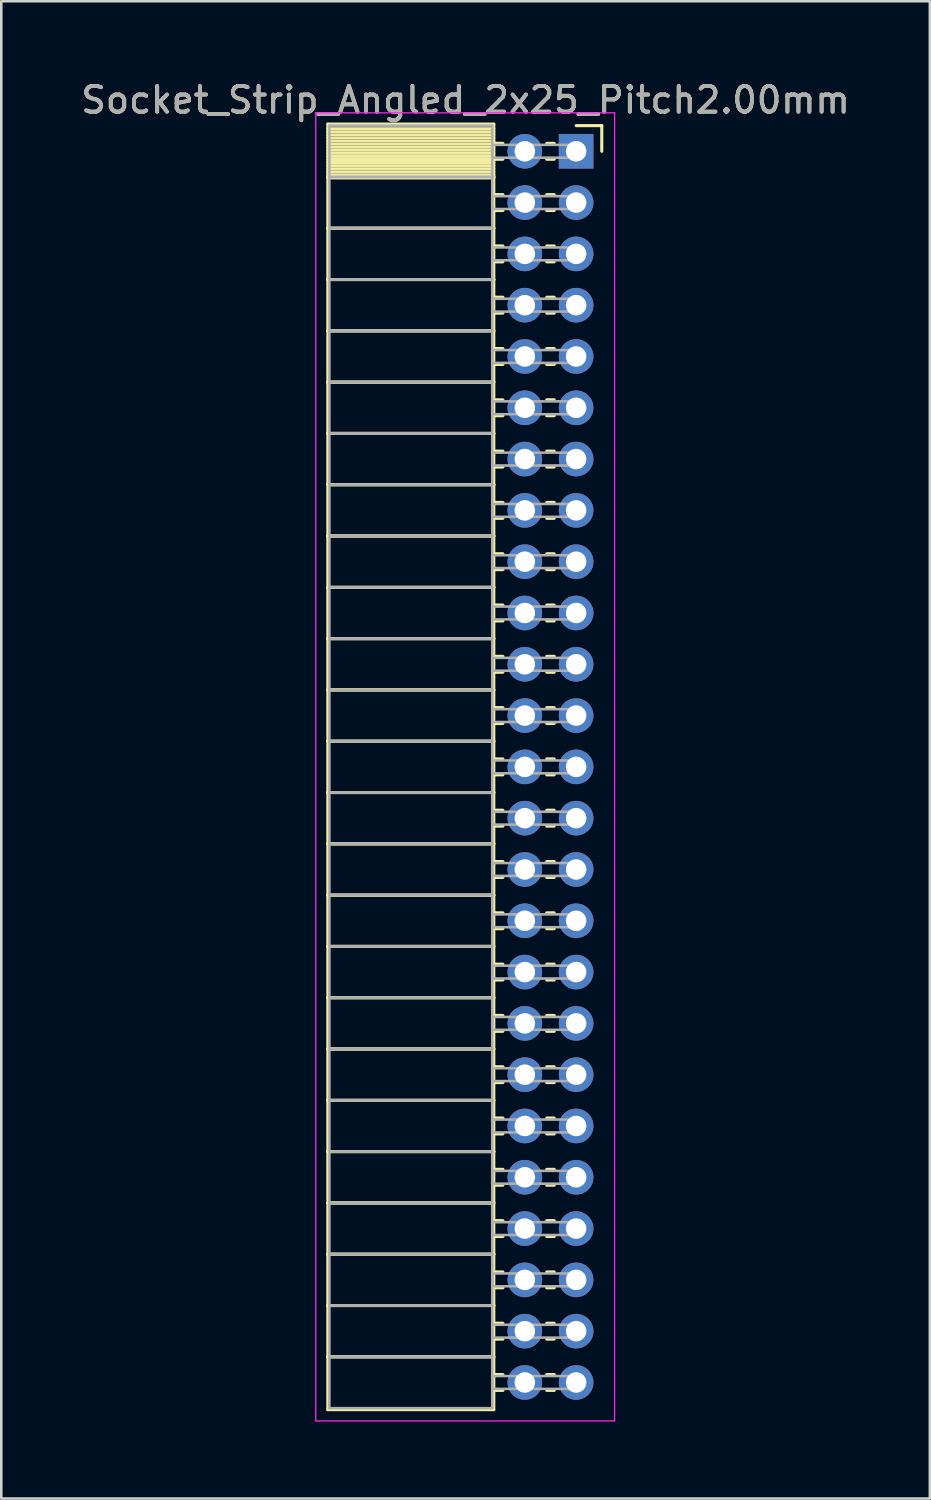
<source format=kicad_pcb>
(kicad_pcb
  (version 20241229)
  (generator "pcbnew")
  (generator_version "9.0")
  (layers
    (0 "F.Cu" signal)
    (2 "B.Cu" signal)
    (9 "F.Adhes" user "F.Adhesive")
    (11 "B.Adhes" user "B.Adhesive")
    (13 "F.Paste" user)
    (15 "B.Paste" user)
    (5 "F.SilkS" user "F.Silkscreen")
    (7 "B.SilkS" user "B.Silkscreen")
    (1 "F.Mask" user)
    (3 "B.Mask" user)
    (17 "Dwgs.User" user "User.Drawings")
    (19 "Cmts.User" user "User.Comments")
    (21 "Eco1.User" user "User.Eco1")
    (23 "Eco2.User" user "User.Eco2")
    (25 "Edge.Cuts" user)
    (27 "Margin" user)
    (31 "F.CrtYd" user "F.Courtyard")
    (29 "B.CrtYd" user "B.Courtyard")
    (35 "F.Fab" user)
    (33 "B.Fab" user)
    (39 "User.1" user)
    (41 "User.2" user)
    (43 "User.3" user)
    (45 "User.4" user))
  (footprint "Socket_Strip_Angled_2x25_Pitch2.00mm"
    (layer "F.Cu")
    (at 19.411 2.848)
    (property "Reference" "Socket_Strip_Angled_2x25_Pitch2.00mm" (at -4.31 -2 0) (layer "F.SilkS") (effects (font (size 1 1) (thickness 0.15))))
    (attr through_hole)
    (fp_line (start -9.68 -1.06) (end -3.21 -1.06) (stroke (width 0.12) (type solid)) (layer "F.SilkS"))
    (fp_line (start -9.68 1) (end -9.68 -1.06) (stroke (width 0.12) (type solid)) (layer "F.SilkS"))
    (fp_line (start -9.68 1) (end -3.21 1) (stroke (width 0.12) (type solid)) (layer "F.SilkS"))
    (fp_line (start -9.68 3) (end -9.68 1) (stroke (width 0.12) (type solid)) (layer "F.SilkS"))
    (fp_line (start -9.68 3) (end -3.21 3) (stroke (width 0.12) (type solid)) (layer "F.SilkS"))
    (fp_line (start -9.68 5) (end -9.68 3) (stroke (width 0.12) (type solid)) (layer "F.SilkS"))
    (fp_line (start -9.68 5) (end -3.21 5) (stroke (width 0.12) (type solid)) (layer "F.SilkS"))
    (fp_line (start -9.68 7) (end -9.68 5) (stroke (width 0.12) (type solid)) (layer "F.SilkS"))
    (fp_line (start -9.68 7) (end -3.21 7) (stroke (width 0.12) (type solid)) (layer "F.SilkS"))
    (fp_line (start -9.68 9) (end -9.68 7) (stroke (width 0.12) (type solid)) (layer "F.SilkS"))
    (fp_line (start -9.68 9) (end -3.21 9) (stroke (width 0.12) (type solid)) (layer "F.SilkS"))
    (fp_line (start -9.68 11) (end -9.68 9) (stroke (width 0.12) (type solid)) (layer "F.SilkS"))
    (fp_line (start -9.68 11) (end -3.21 11) (stroke (width 0.12) (type solid)) (layer "F.SilkS"))
    (fp_line (start -9.68 13) (end -9.68 11) (stroke (width 0.12) (type solid)) (layer "F.SilkS"))
    (fp_line (start -9.68 13) (end -3.21 13) (stroke (width 0.12) (type solid)) (layer "F.SilkS"))
    (fp_line (start -9.68 15) (end -9.68 13) (stroke (width 0.12) (type solid)) (layer "F.SilkS"))
    (fp_line (start -9.68 15) (end -3.21 15) (stroke (width 0.12) (type solid)) (layer "F.SilkS"))
    (fp_line (start -9.68 17) (end -9.68 15) (stroke (width 0.12) (type solid)) (layer "F.SilkS"))
    (fp_line (start -9.68 17) (end -3.21 17) (stroke (width 0.12) (type solid)) (layer "F.SilkS"))
    (fp_line (start -9.68 19) (end -9.68 17) (stroke (width 0.12) (type solid)) (layer "F.SilkS"))
    (fp_line (start -9.68 19) (end -3.21 19) (stroke (width 0.12) (type solid)) (layer "F.SilkS"))
    (fp_line (start -9.68 21) (end -9.68 19) (stroke (width 0.12) (type solid)) (layer "F.SilkS"))
    (fp_line (start -9.68 21) (end -3.21 21) (stroke (width 0.12) (type solid)) (layer "F.SilkS"))
    (fp_line (start -9.68 23) (end -9.68 21) (stroke (width 0.12) (type solid)) (layer "F.SilkS"))
    (fp_line (start -9.68 23) (end -3.21 23) (stroke (width 0.12) (type solid)) (layer "F.SilkS"))
    (fp_line (start -9.68 25) (end -9.68 23) (stroke (width 0.12) (type solid)) (layer "F.SilkS"))
    (fp_line (start -9.68 25) (end -3.21 25) (stroke (width 0.12) (type solid)) (layer "F.SilkS"))
    (fp_line (start -9.68 27) (end -9.68 25) (stroke (width 0.12) (type solid)) (layer "F.SilkS"))
    (fp_line (start -9.68 27) (end -3.21 27) (stroke (width 0.12) (type solid)) (layer "F.SilkS"))
    (fp_line (start -9.68 29) (end -9.68 27) (stroke (width 0.12) (type solid)) (layer "F.SilkS"))
    (fp_line (start -9.68 29) (end -3.21 29) (stroke (width 0.12) (type solid)) (layer "F.SilkS"))
    (fp_line (start -9.68 31) (end -9.68 29) (stroke (width 0.12) (type solid)) (layer "F.SilkS"))
    (fp_line (start -9.68 31) (end -3.21 31) (stroke (width 0.12) (type solid)) (layer "F.SilkS"))
    (fp_line (start -9.68 33) (end -9.68 31) (stroke (width 0.12) (type solid)) (layer "F.SilkS"))
    (fp_line (start -9.68 33) (end -3.21 33) (stroke (width 0.12) (type solid)) (layer "F.SilkS"))
    (fp_line (start -9.68 35) (end -9.68 33) (stroke (width 0.12) (type solid)) (layer "F.SilkS"))
    (fp_line (start -9.68 35) (end -3.21 35) (stroke (width 0.12) (type solid)) (layer "F.SilkS"))
    (fp_line (start -9.68 37) (end -9.68 35) (stroke (width 0.12) (type solid)) (layer "F.SilkS"))
    (fp_line (start -9.68 37) (end -3.21 37) (stroke (width 0.12) (type solid)) (layer "F.SilkS"))
    (fp_line (start -9.68 39) (end -9.68 37) (stroke (width 0.12) (type solid)) (layer "F.SilkS"))
    (fp_line (start -9.68 39) (end -3.21 39) (stroke (width 0.12) (type solid)) (layer "F.SilkS"))
    (fp_line (start -9.68 41) (end -9.68 39) (stroke (width 0.12) (type solid)) (layer "F.SilkS"))
    (fp_line (start -9.68 41) (end -3.21 41) (stroke (width 0.12) (type solid)) (layer "F.SilkS"))
    (fp_line (start -9.68 43) (end -9.68 41) (stroke (width 0.12) (type solid)) (layer "F.SilkS"))
    (fp_line (start -9.68 43) (end -3.21 43) (stroke (width 0.12) (type solid)) (layer "F.SilkS"))
    (fp_line (start -9.68 45) (end -9.68 43) (stroke (width 0.12) (type solid)) (layer "F.SilkS"))
    (fp_line (start -9.68 45) (end -3.21 45) (stroke (width 0.12) (type solid)) (layer "F.SilkS"))
    (fp_line (start -9.68 47) (end -9.68 45) (stroke (width 0.12) (type solid)) (layer "F.SilkS"))
    (fp_line (start -9.68 47) (end -3.21 47) (stroke (width 0.12) (type solid)) (layer "F.SilkS"))
    (fp_line (start -9.68 49.06) (end -9.68 47) (stroke (width 0.12) (type solid)) (layer "F.SilkS"))
    (fp_line (start -3.21 -1.06) (end -3.21 1) (stroke (width 0.12) (type solid)) (layer "F.SilkS"))
    (fp_line (start -3.21 -0.88) (end -9.68 -0.88) (stroke (width 0.12) (type solid)) (layer "F.SilkS"))
    (fp_line (start -3.21 -0.76) (end -9.68 -0.76) (stroke (width 0.12) (type solid)) (layer "F.SilkS"))
    (fp_line (start -3.21 -0.64) (end -9.68 -0.64) (stroke (width 0.12) (type solid)) (layer "F.SilkS"))
    (fp_line (start -3.21 -0.52) (end -9.68 -0.52) (stroke (width 0.12) (type solid)) (layer "F.SilkS"))
    (fp_line (start -3.21 -0.4) (end -9.68 -0.4) (stroke (width 0.12) (type solid)) (layer "F.SilkS"))
    (fp_line (start -3.21 -0.28) (end -9.68 -0.28) (stroke (width 0.12) (type solid)) (layer "F.SilkS"))
    (fp_line (start -3.21 -0.16) (end -9.68 -0.16) (stroke (width 0.12) (type solid)) (layer "F.SilkS"))
    (fp_line (start -3.21 -0.04) (end -9.68 -0.04) (stroke (width 0.12) (type solid)) (layer "F.SilkS"))
    (fp_line (start -3.21 0.08) (end -9.68 0.08) (stroke (width 0.12) (type solid)) (layer "F.SilkS"))
    (fp_line (start -3.21 0.2) (end -9.68 0.2) (stroke (width 0.12) (type solid)) (layer "F.SilkS"))
    (fp_line (start -3.21 0.32) (end -9.68 0.32) (stroke (width 0.12) (type solid)) (layer "F.SilkS"))
    (fp_line (start -3.21 0.44) (end -9.68 0.44) (stroke (width 0.12) (type solid)) (layer "F.SilkS"))
    (fp_line (start -3.21 0.56) (end -9.68 0.56) (stroke (width 0.12) (type solid)) (layer "F.SilkS"))
    (fp_line (start -3.21 0.68) (end -9.68 0.68) (stroke (width 0.12) (type solid)) (layer "F.SilkS"))
    (fp_line (start -3.21 0.8) (end -9.68 0.8) (stroke (width 0.12) (type solid)) (layer "F.SilkS"))
    (fp_line (start -3.21 0.92) (end -9.68 0.92) (stroke (width 0.12) (type solid)) (layer "F.SilkS"))
    (fp_line (start -3.21 1) (end -9.68 1) (stroke (width 0.12) (type solid)) (layer "F.SilkS"))
    (fp_line (start -3.21 1) (end -3.21 3) (stroke (width 0.12) (type solid)) (layer "F.SilkS"))
    (fp_line (start -3.21 1.04) (end -9.68 1.04) (stroke (width 0.12) (type solid)) (layer "F.SilkS"))
    (fp_line (start -3.21 3) (end -9.68 3) (stroke (width 0.12) (type solid)) (layer "F.SilkS"))
    (fp_line (start -3.21 3) (end -3.21 5) (stroke (width 0.12) (type solid)) (layer "F.SilkS"))
    (fp_line (start -3.21 5) (end -9.68 5) (stroke (width 0.12) (type solid)) (layer "F.SilkS"))
    (fp_line (start -3.21 5) (end -3.21 7) (stroke (width 0.12) (type solid)) (layer "F.SilkS"))
    (fp_line (start -3.21 7) (end -9.68 7) (stroke (width 0.12) (type solid)) (layer "F.SilkS"))
    (fp_line (start -3.21 7) (end -3.21 9) (stroke (width 0.12) (type solid)) (layer "F.SilkS"))
    (fp_line (start -3.21 9) (end -9.68 9) (stroke (width 0.12) (type solid)) (layer "F.SilkS"))
    (fp_line (start -3.21 9) (end -3.21 11) (stroke (width 0.12) (type solid)) (layer "F.SilkS"))
    (fp_line (start -3.21 11) (end -9.68 11) (stroke (width 0.12) (type solid)) (layer "F.SilkS"))
    (fp_line (start -3.21 11) (end -3.21 13) (stroke (width 0.12) (type solid)) (layer "F.SilkS"))
    (fp_line (start -3.21 13) (end -9.68 13) (stroke (width 0.12) (type solid)) (layer "F.SilkS"))
    (fp_line (start -3.21 13) (end -3.21 15) (stroke (width 0.12) (type solid)) (layer "F.SilkS"))
    (fp_line (start -3.21 15) (end -9.68 15) (stroke (width 0.12) (type solid)) (layer "F.SilkS"))
    (fp_line (start -3.21 15) (end -3.21 17) (stroke (width 0.12) (type solid)) (layer "F.SilkS"))
    (fp_line (start -3.21 17) (end -9.68 17) (stroke (width 0.12) (type solid)) (layer "F.SilkS"))
    (fp_line (start -3.21 17) (end -3.21 19) (stroke (width 0.12) (type solid)) (layer "F.SilkS"))
    (fp_line (start -3.21 19) (end -9.68 19) (stroke (width 0.12) (type solid)) (layer "F.SilkS"))
    (fp_line (start -3.21 19) (end -3.21 21) (stroke (width 0.12) (type solid)) (layer "F.SilkS"))
    (fp_line (start -3.21 21) (end -9.68 21) (stroke (width 0.12) (type solid)) (layer "F.SilkS"))
    (fp_line (start -3.21 21) (end -3.21 23) (stroke (width 0.12) (type solid)) (layer "F.SilkS"))
    (fp_line (start -3.21 23) (end -9.68 23) (stroke (width 0.12) (type solid)) (layer "F.SilkS"))
    (fp_line (start -3.21 23) (end -3.21 25) (stroke (width 0.12) (type solid)) (layer "F.SilkS"))
    (fp_line (start -3.21 25) (end -9.68 25) (stroke (width 0.12) (type solid)) (layer "F.SilkS"))
    (fp_line (start -3.21 25) (end -3.21 27) (stroke (width 0.12) (type solid)) (layer "F.SilkS"))
    (fp_line (start -3.21 27) (end -9.68 27) (stroke (width 0.12) (type solid)) (layer "F.SilkS"))
    (fp_line (start -3.21 27) (end -3.21 29) (stroke (width 0.12) (type solid)) (layer "F.SilkS"))
    (fp_line (start -3.21 29) (end -9.68 29) (stroke (width 0.12) (type solid)) (layer "F.SilkS"))
    (fp_line (start -3.21 29) (end -3.21 31) (stroke (width 0.12) (type solid)) (layer "F.SilkS"))
    (fp_line (start -3.21 31) (end -9.68 31) (stroke (width 0.12) (type solid)) (layer "F.SilkS"))
    (fp_line (start -3.21 31) (end -3.21 33) (stroke (width 0.12) (type solid)) (layer "F.SilkS"))
    (fp_line (start -3.21 33) (end -9.68 33) (stroke (width 0.12) (type solid)) (layer "F.SilkS"))
    (fp_line (start -3.21 33) (end -3.21 35) (stroke (width 0.12) (type solid)) (layer "F.SilkS"))
    (fp_line (start -3.21 35) (end -9.68 35) (stroke (width 0.12) (type solid)) (layer "F.SilkS"))
    (fp_line (start -3.21 35) (end -3.21 37) (stroke (width 0.12) (type solid)) (layer "F.SilkS"))
    (fp_line (start -3.21 37) (end -9.68 37) (stroke (width 0.12) (type solid)) (layer "F.SilkS"))
    (fp_line (start -3.21 37) (end -3.21 39) (stroke (width 0.12) (type solid)) (layer "F.SilkS"))
    (fp_line (start -3.21 39) (end -9.68 39) (stroke (width 0.12) (type solid)) (layer "F.SilkS"))
    (fp_line (start -3.21 39) (end -3.21 41) (stroke (width 0.12) (type solid)) (layer "F.SilkS"))
    (fp_line (start -3.21 41) (end -9.68 41) (stroke (width 0.12) (type solid)) (layer "F.SilkS"))
    (fp_line (start -3.21 41) (end -3.21 43) (stroke (width 0.12) (type solid)) (layer "F.SilkS"))
    (fp_line (start -3.21 43) (end -9.68 43) (stroke (width 0.12) (type solid)) (layer "F.SilkS"))
    (fp_line (start -3.21 43) (end -3.21 45) (stroke (width 0.12) (type solid)) (layer "F.SilkS"))
    (fp_line (start -3.21 45) (end -9.68 45) (stroke (width 0.12) (type solid)) (layer "F.SilkS"))
    (fp_line (start -3.21 45) (end -3.21 47) (stroke (width 0.12) (type solid)) (layer "F.SilkS"))
    (fp_line (start -3.21 47) (end -9.68 47) (stroke (width 0.12) (type solid)) (layer "F.SilkS"))
    (fp_line (start -3.21 47) (end -3.21 49.06) (stroke (width 0.12) (type solid)) (layer "F.SilkS"))
    (fp_line (start -3.21 49.06) (end -9.68 49.06) (stroke (width 0.12) (type solid)) (layer "F.SilkS"))
    (fp_line (start -2.855 -0.31) (end -3.21 -0.31) (stroke (width 0.12) (type solid)) (layer "F.SilkS"))
    (fp_line (start -2.855 0.31) (end -3.21 0.31) (stroke (width 0.12) (type solid)) (layer "F.SilkS"))
    (fp_line (start -2.855 1.69) (end -3.21 1.69) (stroke (width 0.12) (type solid)) (layer "F.SilkS"))
    (fp_line (start -2.855 2.31) (end -3.21 2.31) (stroke (width 0.12) (type solid)) (layer "F.SilkS"))
    (fp_line (start -2.855 3.69) (end -3.21 3.69) (stroke (width 0.12) (type solid)) (layer "F.SilkS"))
    (fp_line (start -2.855 4.31) (end -3.21 4.31) (stroke (width 0.12) (type solid)) (layer "F.SilkS"))
    (fp_line (start -2.855 5.69) (end -3.21 5.69) (stroke (width 0.12) (type solid)) (layer "F.SilkS"))
    (fp_line (start -2.855 6.31) (end -3.21 6.31) (stroke (width 0.12) (type solid)) (layer "F.SilkS"))
    (fp_line (start -2.855 7.69) (end -3.21 7.69) (stroke (width 0.12) (type solid)) (layer "F.SilkS"))
    (fp_line (start -2.855 8.31) (end -3.21 8.31) (stroke (width 0.12) (type solid)) (layer "F.SilkS"))
    (fp_line (start -2.855 9.69) (end -3.21 9.69) (stroke (width 0.12) (type solid)) (layer "F.SilkS"))
    (fp_line (start -2.855 10.31) (end -3.21 10.31) (stroke (width 0.12) (type solid)) (layer "F.SilkS"))
    (fp_line (start -2.855 11.69) (end -3.21 11.69) (stroke (width 0.12) (type solid)) (layer "F.SilkS"))
    (fp_line (start -2.855 12.31) (end -3.21 12.31) (stroke (width 0.12) (type solid)) (layer "F.SilkS"))
    (fp_line (start -2.855 13.69) (end -3.21 13.69) (stroke (width 0.12) (type solid)) (layer "F.SilkS"))
    (fp_line (start -2.855 14.31) (end -3.21 14.31) (stroke (width 0.12) (type solid)) (layer "F.SilkS"))
    (fp_line (start -2.855 15.69) (end -3.21 15.69) (stroke (width 0.12) (type solid)) (layer "F.SilkS"))
    (fp_line (start -2.855 16.31) (end -3.21 16.31) (stroke (width 0.12) (type solid)) (layer "F.SilkS"))
    (fp_line (start -2.855 17.69) (end -3.21 17.69) (stroke (width 0.12) (type solid)) (layer "F.SilkS"))
    (fp_line (start -2.855 18.31) (end -3.21 18.31) (stroke (width 0.12) (type solid)) (layer "F.SilkS"))
    (fp_line (start -2.855 19.69) (end -3.21 19.69) (stroke (width 0.12) (type solid)) (layer "F.SilkS"))
    (fp_line (start -2.855 20.31) (end -3.21 20.31) (stroke (width 0.12) (type solid)) (layer "F.SilkS"))
    (fp_line (start -2.855 21.69) (end -3.21 21.69) (stroke (width 0.12) (type solid)) (layer "F.SilkS"))
    (fp_line (start -2.855 22.31) (end -3.21 22.31) (stroke (width 0.12) (type solid)) (layer "F.SilkS"))
    (fp_line (start -2.855 23.69) (end -3.21 23.69) (stroke (width 0.12) (type solid)) (layer "F.SilkS"))
    (fp_line (start -2.855 24.31) (end -3.21 24.31) (stroke (width 0.12) (type solid)) (layer "F.SilkS"))
    (fp_line (start -2.855 25.69) (end -3.21 25.69) (stroke (width 0.12) (type solid)) (layer "F.SilkS"))
    (fp_line (start -2.855 26.31) (end -3.21 26.31) (stroke (width 0.12) (type solid)) (layer "F.SilkS"))
    (fp_line (start -2.855 27.69) (end -3.21 27.69) (stroke (width 0.12) (type solid)) (layer "F.SilkS"))
    (fp_line (start -2.855 28.31) (end -3.21 28.31) (stroke (width 0.12) (type solid)) (layer "F.SilkS"))
    (fp_line (start -2.855 29.69) (end -3.21 29.69) (stroke (width 0.12) (type solid)) (layer "F.SilkS"))
    (fp_line (start -2.855 30.31) (end -3.21 30.31) (stroke (width 0.12) (type solid)) (layer "F.SilkS"))
    (fp_line (start -2.855 31.69) (end -3.21 31.69) (stroke (width 0.12) (type solid)) (layer "F.SilkS"))
    (fp_line (start -2.855 32.31) (end -3.21 32.31) (stroke (width 0.12) (type solid)) (layer "F.SilkS"))
    (fp_line (start -2.855 33.69) (end -3.21 33.69) (stroke (width 0.12) (type solid)) (layer "F.SilkS"))
    (fp_line (start -2.855 34.31) (end -3.21 34.31) (stroke (width 0.12) (type solid)) (layer "F.SilkS"))
    (fp_line (start -2.855 35.69) (end -3.21 35.69) (stroke (width 0.12) (type solid)) (layer "F.SilkS"))
    (fp_line (start -2.855 36.31) (end -3.21 36.31) (stroke (width 0.12) (type solid)) (layer "F.SilkS"))
    (fp_line (start -2.855 37.69) (end -3.21 37.69) (stroke (width 0.12) (type solid)) (layer "F.SilkS"))
    (fp_line (start -2.855 38.31) (end -3.21 38.31) (stroke (width 0.12) (type solid)) (layer "F.SilkS"))
    (fp_line (start -2.855 39.69) (end -3.21 39.69) (stroke (width 0.12) (type solid)) (layer "F.SilkS"))
    (fp_line (start -2.855 40.31) (end -3.21 40.31) (stroke (width 0.12) (type solid)) (layer "F.SilkS"))
    (fp_line (start -2.855 41.69) (end -3.21 41.69) (stroke (width 0.12) (type solid)) (layer "F.SilkS"))
    (fp_line (start -2.855 42.31) (end -3.21 42.31) (stroke (width 0.12) (type solid)) (layer "F.SilkS"))
    (fp_line (start -2.855 43.69) (end -3.21 43.69) (stroke (width 0.12) (type solid)) (layer "F.SilkS"))
    (fp_line (start -2.855 44.31) (end -3.21 44.31) (stroke (width 0.12) (type solid)) (layer "F.SilkS"))
    (fp_line (start -2.855 45.69) (end -3.21 45.69) (stroke (width 0.12) (type solid)) (layer "F.SilkS"))
    (fp_line (start -2.855 46.31) (end -3.21 46.31) (stroke (width 0.12) (type solid)) (layer "F.SilkS"))
    (fp_line (start -2.855 47.69) (end -3.21 47.69) (stroke (width 0.12) (type solid)) (layer "F.SilkS"))
    (fp_line (start -2.855 48.31) (end -3.21 48.31) (stroke (width 0.12) (type solid)) (layer "F.SilkS"))
    (fp_line (start -0.855 -0.31) (end -1.145 -0.31) (stroke (width 0.12) (type solid)) (layer "F.SilkS"))
    (fp_line (start -0.855 0.31) (end -1.145 0.31) (stroke (width 0.12) (type solid)) (layer "F.SilkS"))
    (fp_line (start -0.855 1.69) (end -1.145 1.69) (stroke (width 0.12) (type solid)) (layer "F.SilkS"))
    (fp_line (start -0.855 2.31) (end -1.145 2.31) (stroke (width 0.12) (type solid)) (layer "F.SilkS"))
    (fp_line (start -0.855 3.69) (end -1.145 3.69) (stroke (width 0.12) (type solid)) (layer "F.SilkS"))
    (fp_line (start -0.855 4.31) (end -1.145 4.31) (stroke (width 0.12) (type solid)) (layer "F.SilkS"))
    (fp_line (start -0.855 5.69) (end -1.145 5.69) (stroke (width 0.12) (type solid)) (layer "F.SilkS"))
    (fp_line (start -0.855 6.31) (end -1.145 6.31) (stroke (width 0.12) (type solid)) (layer "F.SilkS"))
    (fp_line (start -0.855 7.69) (end -1.145 7.69) (stroke (width 0.12) (type solid)) (layer "F.SilkS"))
    (fp_line (start -0.855 8.31) (end -1.145 8.31) (stroke (width 0.12) (type solid)) (layer "F.SilkS"))
    (fp_line (start -0.855 9.69) (end -1.145 9.69) (stroke (width 0.12) (type solid)) (layer "F.SilkS"))
    (fp_line (start -0.855 10.31) (end -1.145 10.31) (stroke (width 0.12) (type solid)) (layer "F.SilkS"))
    (fp_line (start -0.855 11.69) (end -1.145 11.69) (stroke (width 0.12) (type solid)) (layer "F.SilkS"))
    (fp_line (start -0.855 12.31) (end -1.145 12.31) (stroke (width 0.12) (type solid)) (layer "F.SilkS"))
    (fp_line (start -0.855 13.69) (end -1.145 13.69) (stroke (width 0.12) (type solid)) (layer "F.SilkS"))
    (fp_line (start -0.855 14.31) (end -1.145 14.31) (stroke (width 0.12) (type solid)) (layer "F.SilkS"))
    (fp_line (start -0.855 15.69) (end -1.145 15.69) (stroke (width 0.12) (type solid)) (layer "F.SilkS"))
    (fp_line (start -0.855 16.31) (end -1.145 16.31) (stroke (width 0.12) (type solid)) (layer "F.SilkS"))
    (fp_line (start -0.855 17.69) (end -1.145 17.69) (stroke (width 0.12) (type solid)) (layer "F.SilkS"))
    (fp_line (start -0.855 18.31) (end -1.145 18.31) (stroke (width 0.12) (type solid)) (layer "F.SilkS"))
    (fp_line (start -0.855 19.69) (end -1.145 19.69) (stroke (width 0.12) (type solid)) (layer "F.SilkS"))
    (fp_line (start -0.855 20.31) (end -1.145 20.31) (stroke (width 0.12) (type solid)) (layer "F.SilkS"))
    (fp_line (start -0.855 21.69) (end -1.145 21.69) (stroke (width 0.12) (type solid)) (layer "F.SilkS"))
    (fp_line (start -0.855 22.31) (end -1.145 22.31) (stroke (width 0.12) (type solid)) (layer "F.SilkS"))
    (fp_line (start -0.855 23.69) (end -1.145 23.69) (stroke (width 0.12) (type solid)) (layer "F.SilkS"))
    (fp_line (start -0.855 24.31) (end -1.145 24.31) (stroke (width 0.12) (type solid)) (layer "F.SilkS"))
    (fp_line (start -0.855 25.69) (end -1.145 25.69) (stroke (width 0.12) (type solid)) (layer "F.SilkS"))
    (fp_line (start -0.855 26.31) (end -1.145 26.31) (stroke (width 0.12) (type solid)) (layer "F.SilkS"))
    (fp_line (start -0.855 27.69) (end -1.145 27.69) (stroke (width 0.12) (type solid)) (layer "F.SilkS"))
    (fp_line (start -0.855 28.31) (end -1.145 28.31) (stroke (width 0.12) (type solid)) (layer "F.SilkS"))
    (fp_line (start -0.855 29.69) (end -1.145 29.69) (stroke (width 0.12) (type solid)) (layer "F.SilkS"))
    (fp_line (start -0.855 30.31) (end -1.145 30.31) (stroke (width 0.12) (type solid)) (layer "F.SilkS"))
    (fp_line (start -0.855 31.69) (end -1.145 31.69) (stroke (width 0.12) (type solid)) (layer "F.SilkS"))
    (fp_line (start -0.855 32.31) (end -1.145 32.31) (stroke (width 0.12) (type solid)) (layer "F.SilkS"))
    (fp_line (start -0.855 33.69) (end -1.145 33.69) (stroke (width 0.12) (type solid)) (layer "F.SilkS"))
    (fp_line (start -0.855 34.31) (end -1.145 34.31) (stroke (width 0.12) (type solid)) (layer "F.SilkS"))
    (fp_line (start -0.855 35.69) (end -1.145 35.69) (stroke (width 0.12) (type solid)) (layer "F.SilkS"))
    (fp_line (start -0.855 36.31) (end -1.145 36.31) (stroke (width 0.12) (type solid)) (layer "F.SilkS"))
    (fp_line (start -0.855 37.69) (end -1.145 37.69) (stroke (width 0.12) (type solid)) (layer "F.SilkS"))
    (fp_line (start -0.855 38.31) (end -1.145 38.31) (stroke (width 0.12) (type solid)) (layer "F.SilkS"))
    (fp_line (start -0.855 39.69) (end -1.145 39.69) (stroke (width 0.12) (type solid)) (layer "F.SilkS"))
    (fp_line (start -0.855 40.31) (end -1.145 40.31) (stroke (width 0.12) (type solid)) (layer "F.SilkS"))
    (fp_line (start -0.855 41.69) (end -1.145 41.69) (stroke (width 0.12) (type solid)) (layer "F.SilkS"))
    (fp_line (start -0.855 42.31) (end -1.145 42.31) (stroke (width 0.12) (type solid)) (layer "F.SilkS"))
    (fp_line (start -0.855 43.69) (end -1.145 43.69) (stroke (width 0.12) (type solid)) (layer "F.SilkS"))
    (fp_line (start -0.855 44.31) (end -1.145 44.31) (stroke (width 0.12) (type solid)) (layer "F.SilkS"))
    (fp_line (start -0.855 45.69) (end -1.145 45.69) (stroke (width 0.12) (type solid)) (layer "F.SilkS"))
    (fp_line (start -0.855 46.31) (end -1.145 46.31) (stroke (width 0.12) (type solid)) (layer "F.SilkS"))
    (fp_line (start -0.855 47.69) (end -1.145 47.69) (stroke (width 0.12) (type solid)) (layer "F.SilkS"))
    (fp_line (start -0.855 48.31) (end -1.145 48.31) (stroke (width 0.12) (type solid)) (layer "F.SilkS"))
    (fp_line (start 0 -1) (end 1 -1) (stroke (width 0.12) (type solid)) (layer "F.SilkS"))
    (fp_line (start 1 -1) (end 1 0) (stroke (width 0.12) (type solid)) (layer "F.SilkS"))
    (fp_line (start -10.15 -1.5) (end 1.5 -1.5) (stroke (width 0.05) (type solid)) (layer "F.CrtYd"))
    (fp_line (start -10.15 49.5) (end -10.15 -1.5) (stroke (width 0.05) (type solid)) (layer "F.CrtYd"))
    (fp_line (start 1.5 -1.5) (end 1.5 49.5) (stroke (width 0.05) (type solid)) (layer "F.CrtYd"))
    (fp_line (start 1.5 49.5) (end -10.15 49.5) (stroke (width 0.05) (type solid)) (layer "F.CrtYd"))
    (fp_line (start -9.62 -1) (end -3.27 -1) (stroke (width 0.1) (type solid)) (layer "F.Fab"))
    (fp_line (start -9.62 1) (end -9.62 -1) (stroke (width 0.1) (type solid)) (layer "F.Fab"))
    (fp_line (start -9.62 1) (end -3.27 1) (stroke (width 0.1) (type solid)) (layer "F.Fab"))
    (fp_line (start -9.62 3) (end -9.62 1) (stroke (width 0.1) (type solid)) (layer "F.Fab"))
    (fp_line (start -9.62 3) (end -3.27 3) (stroke (width 0.1) (type solid)) (layer "F.Fab"))
    (fp_line (start -9.62 5) (end -9.62 3) (stroke (width 0.1) (type solid)) (layer "F.Fab"))
    (fp_line (start -9.62 5) (end -3.27 5) (stroke (width 0.1) (type solid)) (layer "F.Fab"))
    (fp_line (start -9.62 7) (end -9.62 5) (stroke (width 0.1) (type solid)) (layer "F.Fab"))
    (fp_line (start -9.62 7) (end -3.27 7) (stroke (width 0.1) (type solid)) (layer "F.Fab"))
    (fp_line (start -9.62 9) (end -9.62 7) (stroke (width 0.1) (type solid)) (layer "F.Fab"))
    (fp_line (start -9.62 9) (end -3.27 9) (stroke (width 0.1) (type solid)) (layer "F.Fab"))
    (fp_line (start -9.62 11) (end -9.62 9) (stroke (width 0.1) (type solid)) (layer "F.Fab"))
    (fp_line (start -9.62 11) (end -3.27 11) (stroke (width 0.1) (type solid)) (layer "F.Fab"))
    (fp_line (start -9.62 13) (end -9.62 11) (stroke (width 0.1) (type solid)) (layer "F.Fab"))
    (fp_line (start -9.62 13) (end -3.27 13) (stroke (width 0.1) (type solid)) (layer "F.Fab"))
    (fp_line (start -9.62 15) (end -9.62 13) (stroke (width 0.1) (type solid)) (layer "F.Fab"))
    (fp_line (start -9.62 15) (end -3.27 15) (stroke (width 0.1) (type solid)) (layer "F.Fab"))
    (fp_line (start -9.62 17) (end -9.62 15) (stroke (width 0.1) (type solid)) (layer "F.Fab"))
    (fp_line (start -9.62 17) (end -3.27 17) (stroke (width 0.1) (type solid)) (layer "F.Fab"))
    (fp_line (start -9.62 19) (end -9.62 17) (stroke (width 0.1) (type solid)) (layer "F.Fab"))
    (fp_line (start -9.62 19) (end -3.27 19) (stroke (width 0.1) (type solid)) (layer "F.Fab"))
    (fp_line (start -9.62 21) (end -9.62 19) (stroke (width 0.1) (type solid)) (layer "F.Fab"))
    (fp_line (start -9.62 21) (end -3.27 21) (stroke (width 0.1) (type solid)) (layer "F.Fab"))
    (fp_line (start -9.62 23) (end -9.62 21) (stroke (width 0.1) (type solid)) (layer "F.Fab"))
    (fp_line (start -9.62 23) (end -3.27 23) (stroke (width 0.1) (type solid)) (layer "F.Fab"))
    (fp_line (start -9.62 25) (end -9.62 23) (stroke (width 0.1) (type solid)) (layer "F.Fab"))
    (fp_line (start -9.62 25) (end -3.27 25) (stroke (width 0.1) (type solid)) (layer "F.Fab"))
    (fp_line (start -9.62 27) (end -9.62 25) (stroke (width 0.1) (type solid)) (layer "F.Fab"))
    (fp_line (start -9.62 27) (end -3.27 27) (stroke (width 0.1) (type solid)) (layer "F.Fab"))
    (fp_line (start -9.62 29) (end -9.62 27) (stroke (width 0.1) (type solid)) (layer "F.Fab"))
    (fp_line (start -9.62 29) (end -3.27 29) (stroke (width 0.1) (type solid)) (layer "F.Fab"))
    (fp_line (start -9.62 31) (end -9.62 29) (stroke (width 0.1) (type solid)) (layer "F.Fab"))
    (fp_line (start -9.62 31) (end -3.27 31) (stroke (width 0.1) (type solid)) (layer "F.Fab"))
    (fp_line (start -9.62 33) (end -9.62 31) (stroke (width 0.1) (type solid)) (layer "F.Fab"))
    (fp_line (start -9.62 33) (end -3.27 33) (stroke (width 0.1) (type solid)) (layer "F.Fab"))
    (fp_line (start -9.62 35) (end -9.62 33) (stroke (width 0.1) (type solid)) (layer "F.Fab"))
    (fp_line (start -9.62 35) (end -3.27 35) (stroke (width 0.1) (type solid)) (layer "F.Fab"))
    (fp_line (start -9.62 37) (end -9.62 35) (stroke (width 0.1) (type solid)) (layer "F.Fab"))
    (fp_line (start -9.62 37) (end -3.27 37) (stroke (width 0.1) (type solid)) (layer "F.Fab"))
    (fp_line (start -9.62 39) (end -9.62 37) (stroke (width 0.1) (type solid)) (layer "F.Fab"))
    (fp_line (start -9.62 39) (end -3.27 39) (stroke (width 0.1) (type solid)) (layer "F.Fab"))
    (fp_line (start -9.62 41) (end -9.62 39) (stroke (width 0.1) (type solid)) (layer "F.Fab"))
    (fp_line (start -9.62 41) (end -3.27 41) (stroke (width 0.1) (type solid)) (layer "F.Fab"))
    (fp_line (start -9.62 43) (end -9.62 41) (stroke (width 0.1) (type solid)) (layer "F.Fab"))
    (fp_line (start -9.62 43) (end -3.27 43) (stroke (width 0.1) (type solid)) (layer "F.Fab"))
    (fp_line (start -9.62 45) (end -9.62 43) (stroke (width 0.1) (type solid)) (layer "F.Fab"))
    (fp_line (start -9.62 45) (end -3.27 45) (stroke (width 0.1) (type solid)) (layer "F.Fab"))
    (fp_line (start -9.62 47) (end -9.62 45) (stroke (width 0.1) (type solid)) (layer "F.Fab"))
    (fp_line (start -9.62 47) (end -3.27 47) (stroke (width 0.1) (type solid)) (layer "F.Fab"))
    (fp_line (start -9.62 49) (end -9.62 47) (stroke (width 0.1) (type solid)) (layer "F.Fab"))
    (fp_line (start -3.27 -1) (end -3.27 1) (stroke (width 0.1) (type solid)) (layer "F.Fab"))
    (fp_line (start -3.27 -0.25) (end 0 -0.25) (stroke (width 0.1) (type solid)) (layer "F.Fab"))
    (fp_line (start -3.27 0.25) (end -3.27 -0.25) (stroke (width 0.1) (type solid)) (layer "F.Fab"))
    (fp_line (start -3.27 1) (end -9.62 1) (stroke (width 0.1) (type solid)) (layer "F.Fab"))
    (fp_line (start -3.27 1) (end -3.27 3) (stroke (width 0.1) (type solid)) (layer "F.Fab"))
    (fp_line (start -3.27 1.75) (end 0 1.75) (stroke (width 0.1) (type solid)) (layer "F.Fab"))
    (fp_line (start -3.27 2.25) (end -3.27 1.75) (stroke (width 0.1) (type solid)) (layer "F.Fab"))
    (fp_line (start -3.27 3) (end -9.62 3) (stroke (width 0.1) (type solid)) (layer "F.Fab"))
    (fp_line (start -3.27 3) (end -3.27 5) (stroke (width 0.1) (type solid)) (layer "F.Fab"))
    (fp_line (start -3.27 3.75) (end 0 3.75) (stroke (width 0.1) (type solid)) (layer "F.Fab"))
    (fp_line (start -3.27 4.25) (end -3.27 3.75) (stroke (width 0.1) (type solid)) (layer "F.Fab"))
    (fp_line (start -3.27 5) (end -9.62 5) (stroke (width 0.1) (type solid)) (layer "F.Fab"))
    (fp_line (start -3.27 5) (end -3.27 7) (stroke (width 0.1) (type solid)) (layer "F.Fab"))
    (fp_line (start -3.27 5.75) (end 0 5.75) (stroke (width 0.1) (type solid)) (layer "F.Fab"))
    (fp_line (start -3.27 6.25) (end -3.27 5.75) (stroke (width 0.1) (type solid)) (layer "F.Fab"))
    (fp_line (start -3.27 7) (end -9.62 7) (stroke (width 0.1) (type solid)) (layer "F.Fab"))
    (fp_line (start -3.27 7) (end -3.27 9) (stroke (width 0.1) (type solid)) (layer "F.Fab"))
    (fp_line (start -3.27 7.75) (end 0 7.75) (stroke (width 0.1) (type solid)) (layer "F.Fab"))
    (fp_line (start -3.27 8.25) (end -3.27 7.75) (stroke (width 0.1) (type solid)) (layer "F.Fab"))
    (fp_line (start -3.27 9) (end -9.62 9) (stroke (width 0.1) (type solid)) (layer "F.Fab"))
    (fp_line (start -3.27 9) (end -3.27 11) (stroke (width 0.1) (type solid)) (layer "F.Fab"))
    (fp_line (start -3.27 9.75) (end 0 9.75) (stroke (width 0.1) (type solid)) (layer "F.Fab"))
    (fp_line (start -3.27 10.25) (end -3.27 9.75) (stroke (width 0.1) (type solid)) (layer "F.Fab"))
    (fp_line (start -3.27 11) (end -9.62 11) (stroke (width 0.1) (type solid)) (layer "F.Fab"))
    (fp_line (start -3.27 11) (end -3.27 13) (stroke (width 0.1) (type solid)) (layer "F.Fab"))
    (fp_line (start -3.27 11.75) (end 0 11.75) (stroke (width 0.1) (type solid)) (layer "F.Fab"))
    (fp_line (start -3.27 12.25) (end -3.27 11.75) (stroke (width 0.1) (type solid)) (layer "F.Fab"))
    (fp_line (start -3.27 13) (end -9.62 13) (stroke (width 0.1) (type solid)) (layer "F.Fab"))
    (fp_line (start -3.27 13) (end -3.27 15) (stroke (width 0.1) (type solid)) (layer "F.Fab"))
    (fp_line (start -3.27 13.75) (end 0 13.75) (stroke (width 0.1) (type solid)) (layer "F.Fab"))
    (fp_line (start -3.27 14.25) (end -3.27 13.75) (stroke (width 0.1) (type solid)) (layer "F.Fab"))
    (fp_line (start -3.27 15) (end -9.62 15) (stroke (width 0.1) (type solid)) (layer "F.Fab"))
    (fp_line (start -3.27 15) (end -3.27 17) (stroke (width 0.1) (type solid)) (layer "F.Fab"))
    (fp_line (start -3.27 15.75) (end 0 15.75) (stroke (width 0.1) (type solid)) (layer "F.Fab"))
    (fp_line (start -3.27 16.25) (end -3.27 15.75) (stroke (width 0.1) (type solid)) (layer "F.Fab"))
    (fp_line (start -3.27 17) (end -9.62 17) (stroke (width 0.1) (type solid)) (layer "F.Fab"))
    (fp_line (start -3.27 17) (end -3.27 19) (stroke (width 0.1) (type solid)) (layer "F.Fab"))
    (fp_line (start -3.27 17.75) (end 0 17.75) (stroke (width 0.1) (type solid)) (layer "F.Fab"))
    (fp_line (start -3.27 18.25) (end -3.27 17.75) (stroke (width 0.1) (type solid)) (layer "F.Fab"))
    (fp_line (start -3.27 19) (end -9.62 19) (stroke (width 0.1) (type solid)) (layer "F.Fab"))
    (fp_line (start -3.27 19) (end -3.27 21) (stroke (width 0.1) (type solid)) (layer "F.Fab"))
    (fp_line (start -3.27 19.75) (end 0 19.75) (stroke (width 0.1) (type solid)) (layer "F.Fab"))
    (fp_line (start -3.27 20.25) (end -3.27 19.75) (stroke (width 0.1) (type solid)) (layer "F.Fab"))
    (fp_line (start -3.27 21) (end -9.62 21) (stroke (width 0.1) (type solid)) (layer "F.Fab"))
    (fp_line (start -3.27 21) (end -3.27 23) (stroke (width 0.1) (type solid)) (layer "F.Fab"))
    (fp_line (start -3.27 21.75) (end 0 21.75) (stroke (width 0.1) (type solid)) (layer "F.Fab"))
    (fp_line (start -3.27 22.25) (end -3.27 21.75) (stroke (width 0.1) (type solid)) (layer "F.Fab"))
    (fp_line (start -3.27 23) (end -9.62 23) (stroke (width 0.1) (type solid)) (layer "F.Fab"))
    (fp_line (start -3.27 23) (end -3.27 25) (stroke (width 0.1) (type solid)) (layer "F.Fab"))
    (fp_line (start -3.27 23.75) (end 0 23.75) (stroke (width 0.1) (type solid)) (layer "F.Fab"))
    (fp_line (start -3.27 24.25) (end -3.27 23.75) (stroke (width 0.1) (type solid)) (layer "F.Fab"))
    (fp_line (start -3.27 25) (end -9.62 25) (stroke (width 0.1) (type solid)) (layer "F.Fab"))
    (fp_line (start -3.27 25) (end -3.27 27) (stroke (width 0.1) (type solid)) (layer "F.Fab"))
    (fp_line (start -3.27 25.75) (end 0 25.75) (stroke (width 0.1) (type solid)) (layer "F.Fab"))
    (fp_line (start -3.27 26.25) (end -3.27 25.75) (stroke (width 0.1) (type solid)) (layer "F.Fab"))
    (fp_line (start -3.27 27) (end -9.62 27) (stroke (width 0.1) (type solid)) (layer "F.Fab"))
    (fp_line (start -3.27 27) (end -3.27 29) (stroke (width 0.1) (type solid)) (layer "F.Fab"))
    (fp_line (start -3.27 27.75) (end 0 27.75) (stroke (width 0.1) (type solid)) (layer "F.Fab"))
    (fp_line (start -3.27 28.25) (end -3.27 27.75) (stroke (width 0.1) (type solid)) (layer "F.Fab"))
    (fp_line (start -3.27 29) (end -9.62 29) (stroke (width 0.1) (type solid)) (layer "F.Fab"))
    (fp_line (start -3.27 29) (end -3.27 31) (stroke (width 0.1) (type solid)) (layer "F.Fab"))
    (fp_line (start -3.27 29.75) (end 0 29.75) (stroke (width 0.1) (type solid)) (layer "F.Fab"))
    (fp_line (start -3.27 30.25) (end -3.27 29.75) (stroke (width 0.1) (type solid)) (layer "F.Fab"))
    (fp_line (start -3.27 31) (end -9.62 31) (stroke (width 0.1) (type solid)) (layer "F.Fab"))
    (fp_line (start -3.27 31) (end -3.27 33) (stroke (width 0.1) (type solid)) (layer "F.Fab"))
    (fp_line (start -3.27 31.75) (end 0 31.75) (stroke (width 0.1) (type solid)) (layer "F.Fab"))
    (fp_line (start -3.27 32.25) (end -3.27 31.75) (stroke (width 0.1) (type solid)) (layer "F.Fab"))
    (fp_line (start -3.27 33) (end -9.62 33) (stroke (width 0.1) (type solid)) (layer "F.Fab"))
    (fp_line (start -3.27 33) (end -3.27 35) (stroke (width 0.1) (type solid)) (layer "F.Fab"))
    (fp_line (start -3.27 33.75) (end 0 33.75) (stroke (width 0.1) (type solid)) (layer "F.Fab"))
    (fp_line (start -3.27 34.25) (end -3.27 33.75) (stroke (width 0.1) (type solid)) (layer "F.Fab"))
    (fp_line (start -3.27 35) (end -9.62 35) (stroke (width 0.1) (type solid)) (layer "F.Fab"))
    (fp_line (start -3.27 35) (end -3.27 37) (stroke (width 0.1) (type solid)) (layer "F.Fab"))
    (fp_line (start -3.27 35.75) (end 0 35.75) (stroke (width 0.1) (type solid)) (layer "F.Fab"))
    (fp_line (start -3.27 36.25) (end -3.27 35.75) (stroke (width 0.1) (type solid)) (layer "F.Fab"))
    (fp_line (start -3.27 37) (end -9.62 37) (stroke (width 0.1) (type solid)) (layer "F.Fab"))
    (fp_line (start -3.27 37) (end -3.27 39) (stroke (width 0.1) (type solid)) (layer "F.Fab"))
    (fp_line (start -3.27 37.75) (end 0 37.75) (stroke (width 0.1) (type solid)) (layer "F.Fab"))
    (fp_line (start -3.27 38.25) (end -3.27 37.75) (stroke (width 0.1) (type solid)) (layer "F.Fab"))
    (fp_line (start -3.27 39) (end -9.62 39) (stroke (width 0.1) (type solid)) (layer "F.Fab"))
    (fp_line (start -3.27 39) (end -3.27 41) (stroke (width 0.1) (type solid)) (layer "F.Fab"))
    (fp_line (start -3.27 39.75) (end 0 39.75) (stroke (width 0.1) (type solid)) (layer "F.Fab"))
    (fp_line (start -3.27 40.25) (end -3.27 39.75) (stroke (width 0.1) (type solid)) (layer "F.Fab"))
    (fp_line (start -3.27 41) (end -9.62 41) (stroke (width 0.1) (type solid)) (layer "F.Fab"))
    (fp_line (start -3.27 41) (end -3.27 43) (stroke (width 0.1) (type solid)) (layer "F.Fab"))
    (fp_line (start -3.27 41.75) (end 0 41.75) (stroke (width 0.1) (type solid)) (layer "F.Fab"))
    (fp_line (start -3.27 42.25) (end -3.27 41.75) (stroke (width 0.1) (type solid)) (layer "F.Fab"))
    (fp_line (start -3.27 43) (end -9.62 43) (stroke (width 0.1) (type solid)) (layer "F.Fab"))
    (fp_line (start -3.27 43) (end -3.27 45) (stroke (width 0.1) (type solid)) (layer "F.Fab"))
    (fp_line (start -3.27 43.75) (end 0 43.75) (stroke (width 0.1) (type solid)) (layer "F.Fab"))
    (fp_line (start -3.27 44.25) (end -3.27 43.75) (stroke (width 0.1) (type solid)) (layer "F.Fab"))
    (fp_line (start -3.27 45) (end -9.62 45) (stroke (width 0.1) (type solid)) (layer "F.Fab"))
    (fp_line (start -3.27 45) (end -3.27 47) (stroke (width 0.1) (type solid)) (layer "F.Fab"))
    (fp_line (start -3.27 45.75) (end 0 45.75) (stroke (width 0.1) (type solid)) (layer "F.Fab"))
    (fp_line (start -3.27 46.25) (end -3.27 45.75) (stroke (width 0.1) (type solid)) (layer "F.Fab"))
    (fp_line (start -3.27 47) (end -9.62 47) (stroke (width 0.1) (type solid)) (layer "F.Fab"))
    (fp_line (start -3.27 47) (end -3.27 49) (stroke (width 0.1) (type solid)) (layer "F.Fab"))
    (fp_line (start -3.27 47.75) (end 0 47.75) (stroke (width 0.1) (type solid)) (layer "F.Fab"))
    (fp_line (start -3.27 48.25) (end -3.27 47.75) (stroke (width 0.1) (type solid)) (layer "F.Fab"))
    (fp_line (start -3.27 49) (end -9.62 49) (stroke (width 0.1) (type solid)) (layer "F.Fab"))
    (fp_line (start 0 -0.25) (end 0 0.25) (stroke (width 0.1) (type solid)) (layer "F.Fab"))
    (fp_line (start 0 0.25) (end -3.27 0.25) (stroke (width 0.1) (type solid)) (layer "F.Fab"))
    (fp_line (start 0 1.75) (end 0 2.25) (stroke (width 0.1) (type solid)) (layer "F.Fab"))
    (fp_line (start 0 2.25) (end -3.27 2.25) (stroke (width 0.1) (type solid)) (layer "F.Fab"))
    (fp_line (start 0 3.75) (end 0 4.25) (stroke (width 0.1) (type solid)) (layer "F.Fab"))
    (fp_line (start 0 4.25) (end -3.27 4.25) (stroke (width 0.1) (type solid)) (layer "F.Fab"))
    (fp_line (start 0 5.75) (end 0 6.25) (stroke (width 0.1) (type solid)) (layer "F.Fab"))
    (fp_line (start 0 6.25) (end -3.27 6.25) (stroke (width 0.1) (type solid)) (layer "F.Fab"))
    (fp_line (start 0 7.75) (end 0 8.25) (stroke (width 0.1) (type solid)) (layer "F.Fab"))
    (fp_line (start 0 8.25) (end -3.27 8.25) (stroke (width 0.1) (type solid)) (layer "F.Fab"))
    (fp_line (start 0 9.75) (end 0 10.25) (stroke (width 0.1) (type solid)) (layer "F.Fab"))
    (fp_line (start 0 10.25) (end -3.27 10.25) (stroke (width 0.1) (type solid)) (layer "F.Fab"))
    (fp_line (start 0 11.75) (end 0 12.25) (stroke (width 0.1) (type solid)) (layer "F.Fab"))
    (fp_line (start 0 12.25) (end -3.27 12.25) (stroke (width 0.1) (type solid)) (layer "F.Fab"))
    (fp_line (start 0 13.75) (end 0 14.25) (stroke (width 0.1) (type solid)) (layer "F.Fab"))
    (fp_line (start 0 14.25) (end -3.27 14.25) (stroke (width 0.1) (type solid)) (layer "F.Fab"))
    (fp_line (start 0 15.75) (end 0 16.25) (stroke (width 0.1) (type solid)) (layer "F.Fab"))
    (fp_line (start 0 16.25) (end -3.27 16.25) (stroke (width 0.1) (type solid)) (layer "F.Fab"))
    (fp_line (start 0 17.75) (end 0 18.25) (stroke (width 0.1) (type solid)) (layer "F.Fab"))
    (fp_line (start 0 18.25) (end -3.27 18.25) (stroke (width 0.1) (type solid)) (layer "F.Fab"))
    (fp_line (start 0 19.75) (end 0 20.25) (stroke (width 0.1) (type solid)) (layer "F.Fab"))
    (fp_line (start 0 20.25) (end -3.27 20.25) (stroke (width 0.1) (type solid)) (layer "F.Fab"))
    (fp_line (start 0 21.75) (end 0 22.25) (stroke (width 0.1) (type solid)) (layer "F.Fab"))
    (fp_line (start 0 22.25) (end -3.27 22.25) (stroke (width 0.1) (type solid)) (layer "F.Fab"))
    (fp_line (start 0 23.75) (end 0 24.25) (stroke (width 0.1) (type solid)) (layer "F.Fab"))
    (fp_line (start 0 24.25) (end -3.27 24.25) (stroke (width 0.1) (type solid)) (layer "F.Fab"))
    (fp_line (start 0 25.75) (end 0 26.25) (stroke (width 0.1) (type solid)) (layer "F.Fab"))
    (fp_line (start 0 26.25) (end -3.27 26.25) (stroke (width 0.1) (type solid)) (layer "F.Fab"))
    (fp_line (start 0 27.75) (end 0 28.25) (stroke (width 0.1) (type solid)) (layer "F.Fab"))
    (fp_line (start 0 28.25) (end -3.27 28.25) (stroke (width 0.1) (type solid)) (layer "F.Fab"))
    (fp_line (start 0 29.75) (end 0 30.25) (stroke (width 0.1) (type solid)) (layer "F.Fab"))
    (fp_line (start 0 30.25) (end -3.27 30.25) (stroke (width 0.1) (type solid)) (layer "F.Fab"))
    (fp_line (start 0 31.75) (end 0 32.25) (stroke (width 0.1) (type solid)) (layer "F.Fab"))
    (fp_line (start 0 32.25) (end -3.27 32.25) (stroke (width 0.1) (type solid)) (layer "F.Fab"))
    (fp_line (start 0 33.75) (end 0 34.25) (stroke (width 0.1) (type solid)) (layer "F.Fab"))
    (fp_line (start 0 34.25) (end -3.27 34.25) (stroke (width 0.1) (type solid)) (layer "F.Fab"))
    (fp_line (start 0 35.75) (end 0 36.25) (stroke (width 0.1) (type solid)) (layer "F.Fab"))
    (fp_line (start 0 36.25) (end -3.27 36.25) (stroke (width 0.1) (type solid)) (layer "F.Fab"))
    (fp_line (start 0 37.75) (end 0 38.25) (stroke (width 0.1) (type solid)) (layer "F.Fab"))
    (fp_line (start 0 38.25) (end -3.27 38.25) (stroke (width 0.1) (type solid)) (layer "F.Fab"))
    (fp_line (start 0 39.75) (end 0 40.25) (stroke (width 0.1) (type solid)) (layer "F.Fab"))
    (fp_line (start 0 40.25) (end -3.27 40.25) (stroke (width 0.1) (type solid)) (layer "F.Fab"))
    (fp_line (start 0 41.75) (end 0 42.25) (stroke (width 0.1) (type solid)) (layer "F.Fab"))
    (fp_line (start 0 42.25) (end -3.27 42.25) (stroke (width 0.1) (type solid)) (layer "F.Fab"))
    (fp_line (start 0 43.75) (end 0 44.25) (stroke (width 0.1) (type solid)) (layer "F.Fab"))
    (fp_line (start 0 44.25) (end -3.27 44.25) (stroke (width 0.1) (type solid)) (layer "F.Fab"))
    (fp_line (start 0 45.75) (end 0 46.25) (stroke (width 0.1) (type solid)) (layer "F.Fab"))
    (fp_line (start 0 46.25) (end -3.27 46.25) (stroke (width 0.1) (type solid)) (layer "F.Fab"))
    (fp_line (start 0 47.75) (end 0 48.25) (stroke (width 0.1) (type solid)) (layer "F.Fab"))
    (fp_line (start 0 48.25) (end -3.27 48.25) (stroke (width 0.1) (type solid)) (layer "F.Fab"))
    (fp_text user "${REFERENCE}" (at -4.31 -2 0) (layer "F.Fab") (effects (font (size 1 1) (thickness 0.15))))
    (pad "1" thru_hole rect (at 0 0) (size 1.35 1.35) (drill 0.8) (layers "*.Cu" "*.Mask"))
    (pad "2" thru_hole oval (at -2 0) (size 1.35 1.35) (drill 0.8) (layers "*.Cu" "*.Mask"))
    (pad "3" thru_hole oval (at 0 2) (size 1.35 1.35) (drill 0.8) (layers "*.Cu" "*.Mask"))
    (pad "4" thru_hole oval (at -2 2) (size 1.35 1.35) (drill 0.8) (layers "*.Cu" "*.Mask"))
    (pad "5" thru_hole oval (at 0 4) (size 1.35 1.35) (drill 0.8) (layers "*.Cu" "*.Mask"))
    (pad "6" thru_hole oval (at -2 4) (size 1.35 1.35) (drill 0.8) (layers "*.Cu" "*.Mask"))
    (pad "7" thru_hole oval (at 0 6) (size 1.35 1.35) (drill 0.8) (layers "*.Cu" "*.Mask"))
    (pad "8" thru_hole oval (at -2 6) (size 1.35 1.35) (drill 0.8) (layers "*.Cu" "*.Mask"))
    (pad "9" thru_hole oval (at 0 8) (size 1.35 1.35) (drill 0.8) (layers "*.Cu" "*.Mask"))
    (pad "10" thru_hole oval (at -2 8) (size 1.35 1.35) (drill 0.8) (layers "*.Cu" "*.Mask"))
    (pad "11" thru_hole oval (at 0 10) (size 1.35 1.35) (drill 0.8) (layers "*.Cu" "*.Mask"))
    (pad "12" thru_hole oval (at -2 10) (size 1.35 1.35) (drill 0.8) (layers "*.Cu" "*.Mask"))
    (pad "13" thru_hole oval (at 0 12) (size 1.35 1.35) (drill 0.8) (layers "*.Cu" "*.Mask"))
    (pad "14" thru_hole oval (at -2 12) (size 1.35 1.35) (drill 0.8) (layers "*.Cu" "*.Mask"))
    (pad "15" thru_hole oval (at 0 14) (size 1.35 1.35) (drill 0.8) (layers "*.Cu" "*.Mask"))
    (pad "16" thru_hole oval (at -2 14) (size 1.35 1.35) (drill 0.8) (layers "*.Cu" "*.Mask"))
    (pad "17" thru_hole oval (at 0 16) (size 1.35 1.35) (drill 0.8) (layers "*.Cu" "*.Mask"))
    (pad "18" thru_hole oval (at -2 16) (size 1.35 1.35) (drill 0.8) (layers "*.Cu" "*.Mask"))
    (pad "19" thru_hole oval (at 0 18) (size 1.35 1.35) (drill 0.8) (layers "*.Cu" "*.Mask"))
    (pad "20" thru_hole oval (at -2 18) (size 1.35 1.35) (drill 0.8) (layers "*.Cu" "*.Mask"))
    (pad "21" thru_hole oval (at 0 20) (size 1.35 1.35) (drill 0.8) (layers "*.Cu" "*.Mask"))
    (pad "22" thru_hole oval (at -2 20) (size 1.35 1.35) (drill 0.8) (layers "*.Cu" "*.Mask"))
    (pad "23" thru_hole oval (at 0 22) (size 1.35 1.35) (drill 0.8) (layers "*.Cu" "*.Mask"))
    (pad "24" thru_hole oval (at -2 22) (size 1.35 1.35) (drill 0.8) (layers "*.Cu" "*.Mask"))
    (pad "25" thru_hole oval (at 0 24) (size 1.35 1.35) (drill 0.8) (layers "*.Cu" "*.Mask"))
    (pad "26" thru_hole oval (at -2 24) (size 1.35 1.35) (drill 0.8) (layers "*.Cu" "*.Mask"))
    (pad "27" thru_hole oval (at 0 26) (size 1.35 1.35) (drill 0.8) (layers "*.Cu" "*.Mask"))
    (pad "28" thru_hole oval (at -2 26) (size 1.35 1.35) (drill 0.8) (layers "*.Cu" "*.Mask"))
    (pad "29" thru_hole oval (at 0 28) (size 1.35 1.35) (drill 0.8) (layers "*.Cu" "*.Mask"))
    (pad "30" thru_hole oval (at -2 28) (size 1.35 1.35) (drill 0.8) (layers "*.Cu" "*.Mask"))
    (pad "31" thru_hole oval (at 0 30) (size 1.35 1.35) (drill 0.8) (layers "*.Cu" "*.Mask"))
    (pad "32" thru_hole oval (at -2 30) (size 1.35 1.35) (drill 0.8) (layers "*.Cu" "*.Mask"))
    (pad "33" thru_hole oval (at 0 32) (size 1.35 1.35) (drill 0.8) (layers "*.Cu" "*.Mask"))
    (pad "34" thru_hole oval (at -2 32) (size 1.35 1.35) (drill 0.8) (layers "*.Cu" "*.Mask"))
    (pad "35" thru_hole oval (at 0 34) (size 1.35 1.35) (drill 0.8) (layers "*.Cu" "*.Mask"))
    (pad "36" thru_hole oval (at -2 34) (size 1.35 1.35) (drill 0.8) (layers "*.Cu" "*.Mask"))
    (pad "37" thru_hole oval (at 0 36) (size 1.35 1.35) (drill 0.8) (layers "*.Cu" "*.Mask"))
    (pad "38" thru_hole oval (at -2 36) (size 1.35 1.35) (drill 0.8) (layers "*.Cu" "*.Mask"))
    (pad "39" thru_hole oval (at 0 38) (size 1.35 1.35) (drill 0.8) (layers "*.Cu" "*.Mask"))
    (pad "40" thru_hole oval (at -2 38) (size 1.35 1.35) (drill 0.8) (layers "*.Cu" "*.Mask"))
    (pad "41" thru_hole oval (at 0 40) (size 1.35 1.35) (drill 0.8) (layers "*.Cu" "*.Mask"))
    (pad "42" thru_hole oval (at -2 40) (size 1.35 1.35) (drill 0.8) (layers "*.Cu" "*.Mask"))
    (pad "43" thru_hole oval (at 0 42) (size 1.35 1.35) (drill 0.8) (layers "*.Cu" "*.Mask"))
    (pad "44" thru_hole oval (at -2 42) (size 1.35 1.35) (drill 0.8) (layers "*.Cu" "*.Mask"))
    (pad "45" thru_hole oval (at 0 44) (size 1.35 1.35) (drill 0.8) (layers "*.Cu" "*.Mask"))
    (pad "46" thru_hole oval (at -2 44) (size 1.35 1.35) (drill 0.8) (layers "*.Cu" "*.Mask"))
    (pad "47" thru_hole oval (at 0 46) (size 1.35 1.35) (drill 0.8) (layers "*.Cu" "*.Mask"))
    (pad "48" thru_hole oval (at -2 46) (size 1.35 1.35) (drill 0.8) (layers "*.Cu" "*.Mask"))
    (pad "49" thru_hole oval (at 0 48) (size 1.35 1.35) (drill 0.8) (layers "*.Cu" "*.Mask"))
    (pad "50" thru_hole oval (at -2 48) (size 1.35 1.35) (drill 0.8) (layers "*.Cu" "*.Mask")))
  (gr_rect
    (start -3 -3)
    (end 33.202 55.373)
    (stroke (width 0.1) (type default))
    (fill no)
    (layer "Edge.Cuts")))
</source>
